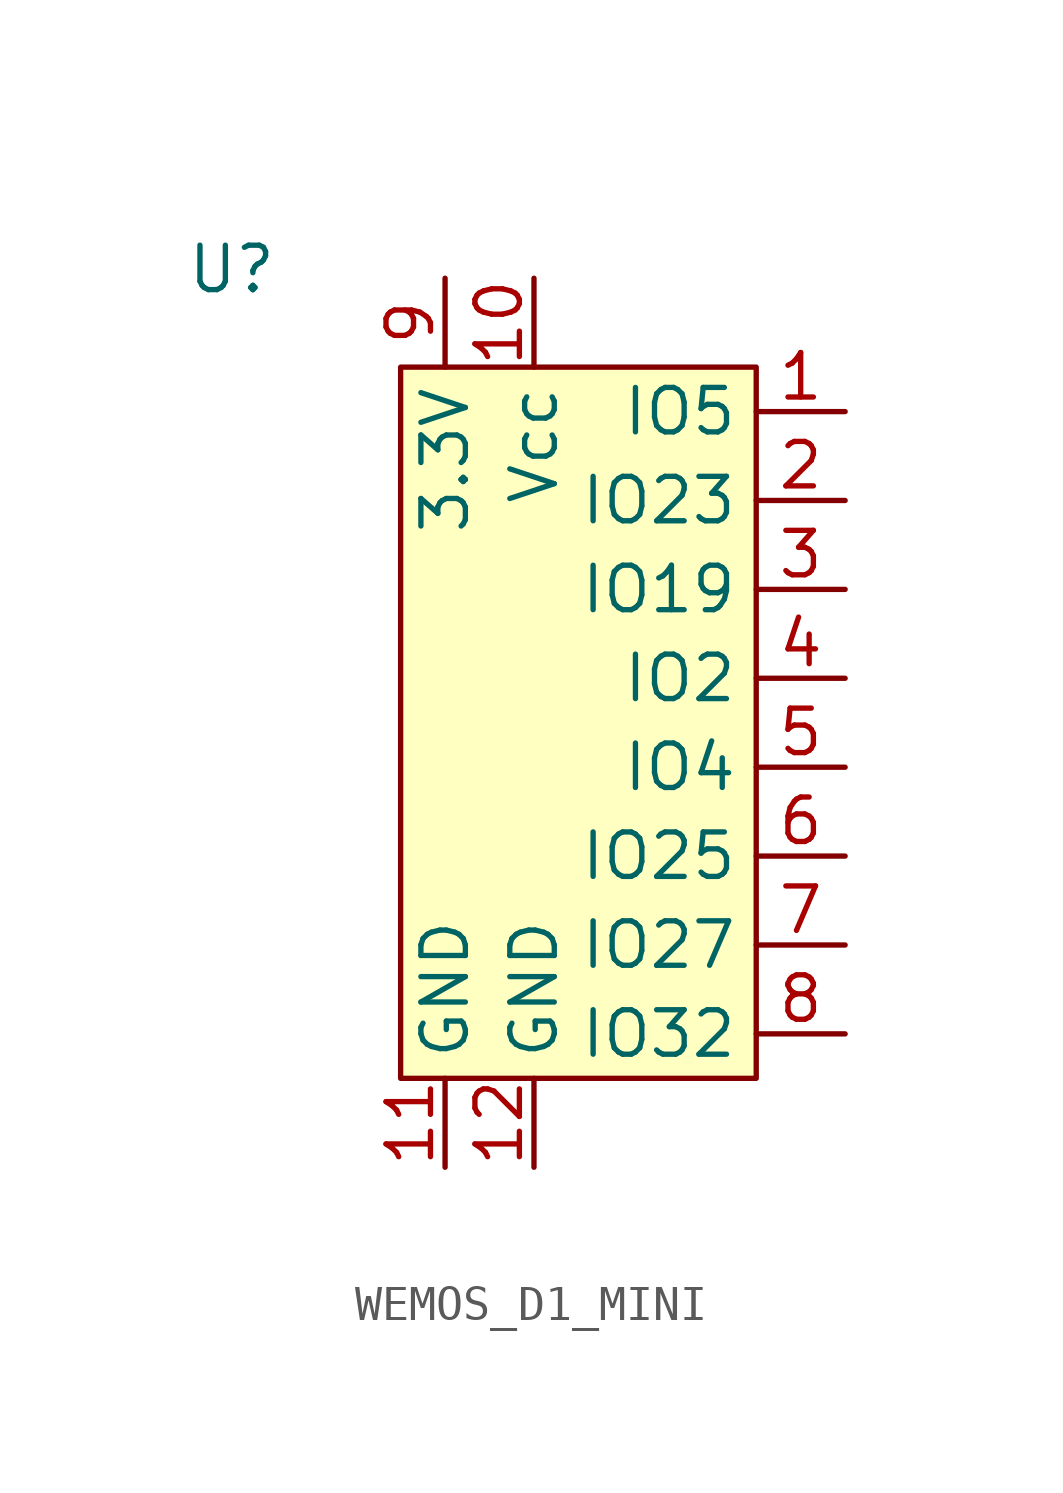
<source format=kicad_sym>
(kicad_symbol_lib
  (version 20241209)
  (generator "kicad_symbol_editor")
  (generator_version "9.0")
  (symbol "WEMOS_D1_MINI"
    (property "Reference" "U"
      (at -9.906 12.954 0)
      (effects (font (size 1.27 1.27))))
    (property "Value" ""
      (at -2.54 8.89 0)
      (effects (font (size 1.27 1.27))))
    (symbol "WEMOS_D1_MINI_1_1"
      (rectangle (start -5.08 10.16) (end 5.08 -10.16) (stroke (width 0) (type solid)) (fill (type background)))
      (pin power_out line (at -3.81 12.7 270) (length 2.54) (name "3.3V" (effects (font (size 1.27 1.27)))) (number "9" (effects (font (size 1.27 1.27)))))
      (pin power_out line (at -3.81 -12.7 90) (length 2.54) (name "GND" (effects (font (size 1.27 1.27)))) (number "11" (effects (font (size 1.27 1.27)))))
      (pin power_in line (at -1.27 12.7 270) (length 2.54) (name "Vcc" (effects (font (size 1.27 1.27)))) (number "10" (effects (font (size 1.27 1.27)))))
      (pin power_in line (at -1.27 -12.7 90) (length 2.54) (name "GND" (effects (font (size 1.27 1.27)))) (number "12" (effects (font (size 1.27 1.27)))))
      (pin bidirectional line (at 7.62 8.89 180) (length 2.54) (name "IO5" (effects (font (size 1.27 1.27)))) (number "1" (effects (font (size 1.27 1.27)))))
      (pin bidirectional line (at 7.62 6.35 180) (length 2.54) (name "IO23" (effects (font (size 1.27 1.27)))) (number "2" (effects (font (size 1.27 1.27)))))
      (pin bidirectional line (at 7.62 3.81 180) (length 2.54) (name "IO19" (effects (font (size 1.27 1.27)))) (number "3" (effects (font (size 1.27 1.27)))))
      (pin bidirectional line (at 7.62 1.27 180) (length 2.54) (name "IO2" (effects (font (size 1.27 1.27)))) (number "4" (effects (font (size 1.27 1.27)))))
      (pin bidirectional line (at 7.62 -1.27 180) (length 2.54) (name "IO4" (effects (font (size 1.27 1.27)))) (number "5" (effects (font (size 1.27 1.27)))))
      (pin bidirectional line (at 7.62 -3.81 180) (length 2.54) (name "IO25" (effects (font (size 1.27 1.27)))) (number "6" (effects (font (size 1.27 1.27)))))
      (pin bidirectional line (at 7.62 -6.35 180) (length 2.54) (name "IO27" (effects (font (size 1.27 1.27)))) (number "7" (effects (font (size 1.27 1.27)))))
      (pin bidirectional line (at 7.62 -8.89 180) (length 2.54) (name "IO32" (effects (font (size 1.27 1.27)))) (number "8" (effects (font (size 1.27 1.27))))))))
</source>
